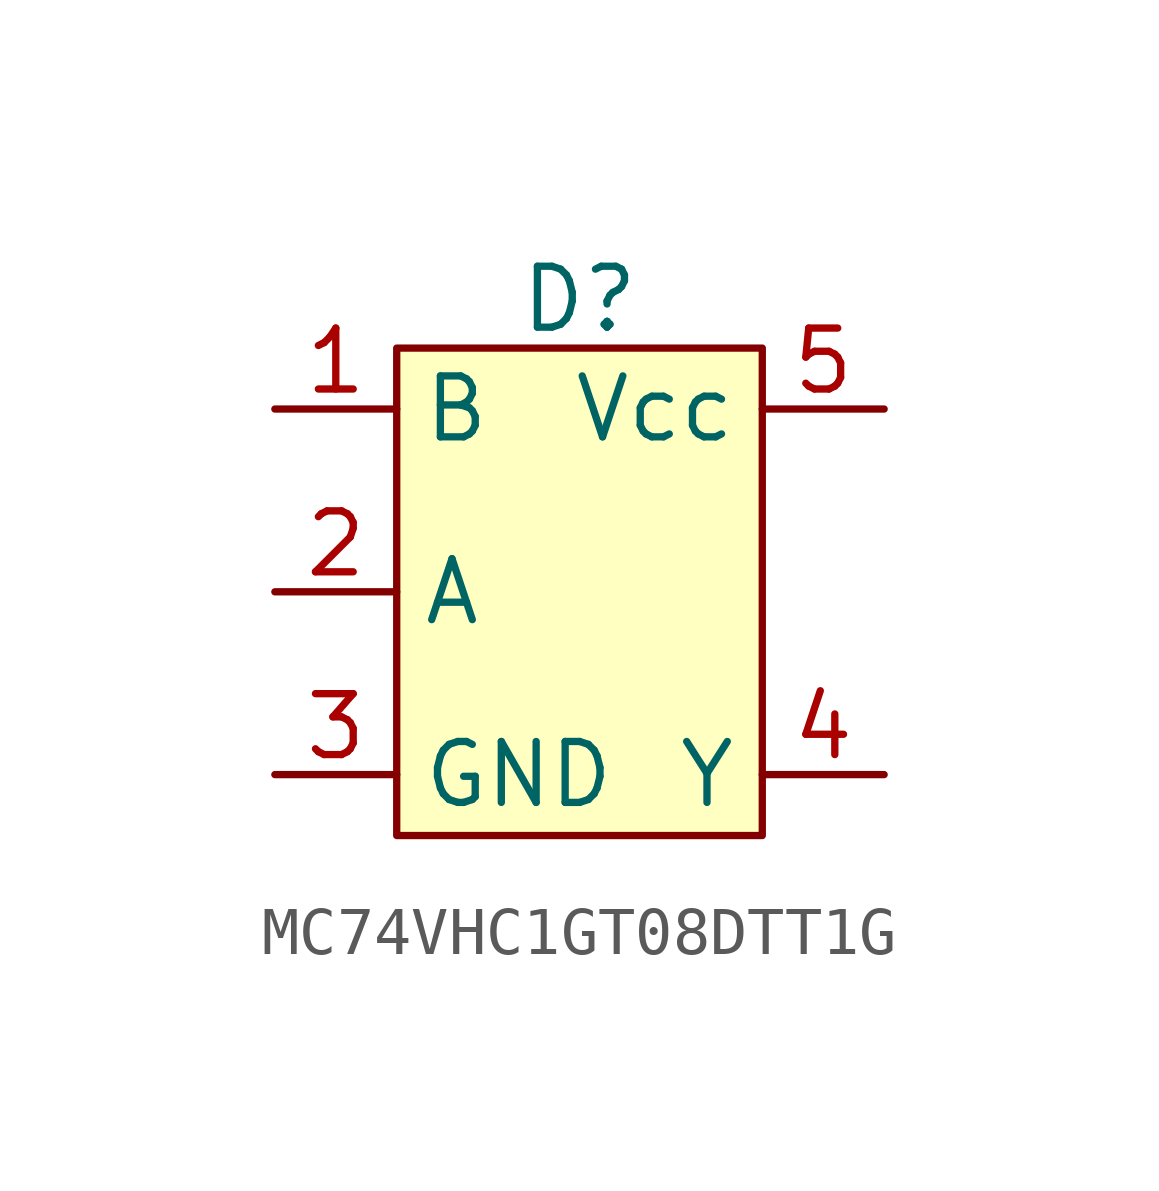
<source format=kicad_sym>
(kicad_symbol_lib
  (version 20231120)
  (generator "kicad_symbol_editor")
  (generator_version "8.0")
  (symbol "MC74VHC1GT08DTT1G"
    (property "Reference" "D"
      (at 0 1.016 0)
      (effects (font (size 1.27 1.27))))
    (property "Value" ""
      (at 0 0 0)
      (effects (font (size 1.27 1.27))))
    (symbol "MC74VHC1GT08DTT1G_1_1"
      (rectangle (start -3.81 0) (end 3.81 -10.16) (stroke (width 0) (type default)) (fill (type background)))
      (pin input line (at -6.35 -1.27 0) (length 2.54) (name "B" (effects (font (size 1.27 1.27)))) (number "1" (effects (font (size 1.27 1.27)))))
      (pin input line (at -6.35 -5.08 0) (length 2.54) (name "A" (effects (font (size 1.27 1.27)))) (number "2" (effects (font (size 1.27 1.27)))))
      (pin input line (at -6.35 -8.89 0) (length 2.54) (name "GND" (effects (font (size 1.27 1.27)))) (number "3" (effects (font (size 1.27 1.27)))))
      (pin input line (at 6.35 -8.89 180) (length 2.54) (name "Y" (effects (font (size 1.27 1.27)))) (number "4" (effects (font (size 1.27 1.27)))))
      (pin input line (at 6.35 -1.27 180) (length 2.54) (name "Vcc" (effects (font (size 1.27 1.27)))) (number "5" (effects (font (size 1.27 1.27))))))))
</source>
